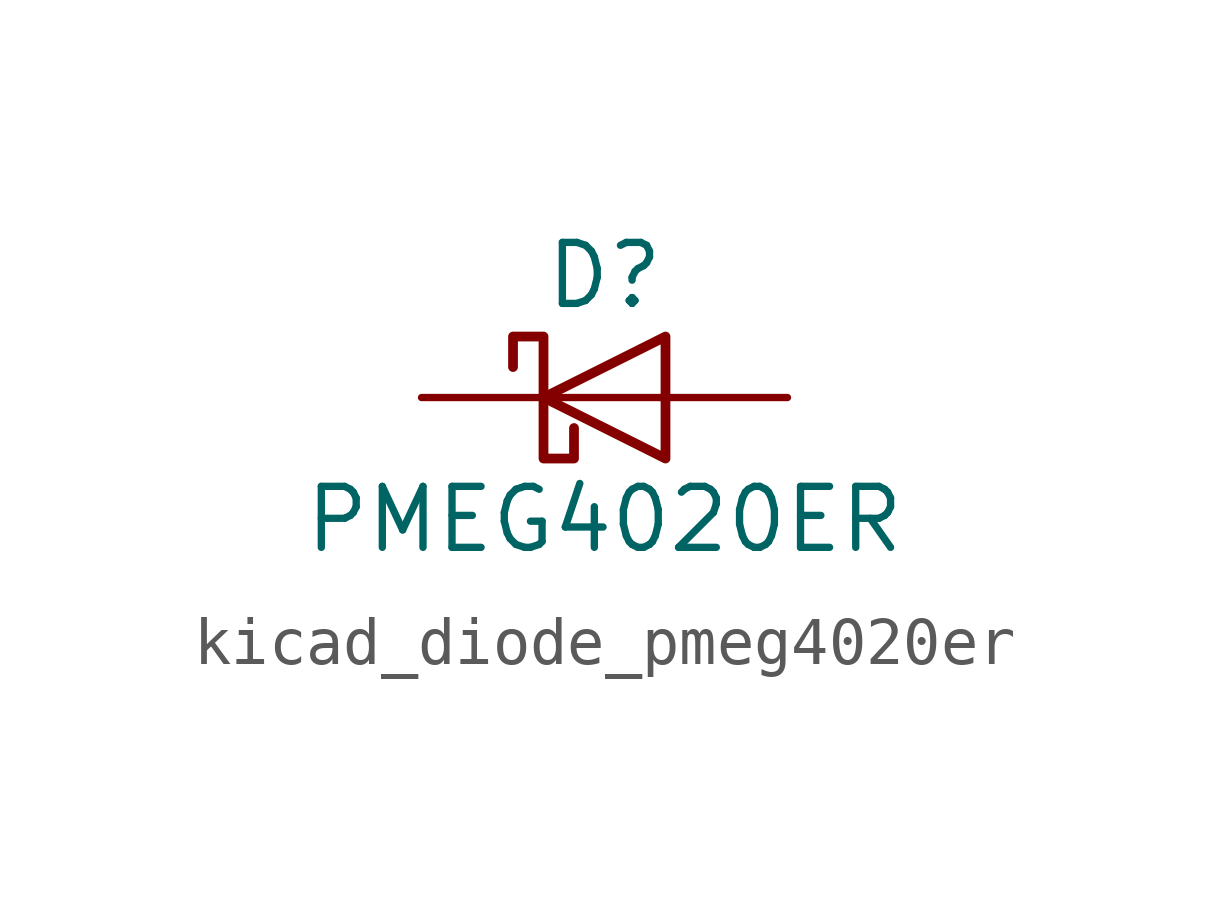
<source format=kicad_sym>
(kicad_symbol_lib
  (version 20220914)
  (generator kicad_symbol_editor)
  (symbol "kicad_diode_pmeg4020er"
    (pin_numbers hide)
    (pin_names hide)
    (property "Reference" "D"
      (at 0 2.54 0)
      (effects (font (size 1.27 1.27))))
    (property "Value" "PMEG4020ER"
      (at 0 -2.54 0)
      (effects (font (size 1.27 1.27))))
    (symbol "kicad_diode_pmeg4020er_0_1"
      (polyline (pts (xy 1.27 0) (xy -1.27 0)) (stroke (width 0) (type default)) (fill (type none)))
      (polyline (pts (xy 1.27 1.27) (xy 1.27 -1.27) (xy -1.27 0) (xy 1.27 1.27)) (stroke (width 0.203) (type default)) (fill (type none)))
      (polyline (pts (xy -1.905 0.635) (xy -1.905 1.27) (xy -1.27 1.27) (xy -1.27 -1.27) (xy -0.635 -1.27) (xy -0.635 -0.635)) (stroke (width 0.203) (type default)) (fill (type none))))
    (symbol "kicad_diode_pmeg4020er_1_1"
      (pin passive line (at -3.81 0 0) (length 2.54) (name "K" (effects (font (size 1.27 1.27)))) (number "1" (effects (font (size 1.27 1.27)))))
      (pin passive line (at 3.81 0 180) (length 2.54) (name "A" (effects (font (size 1.27 1.27)))) (number "2" (effects (font (size 1.27 1.27))))))))
</source>
